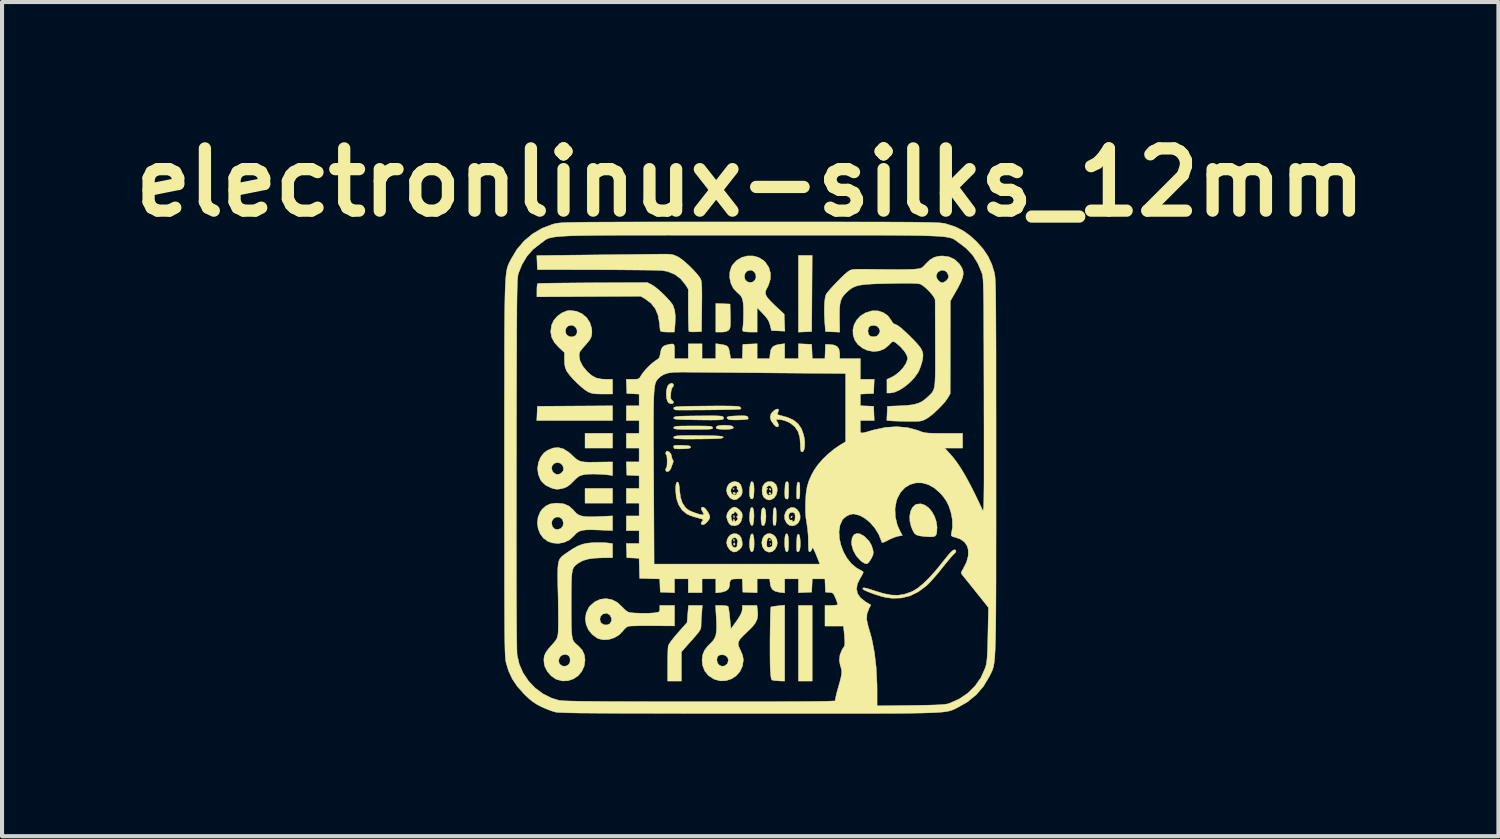
<source format=kicad_pcb>
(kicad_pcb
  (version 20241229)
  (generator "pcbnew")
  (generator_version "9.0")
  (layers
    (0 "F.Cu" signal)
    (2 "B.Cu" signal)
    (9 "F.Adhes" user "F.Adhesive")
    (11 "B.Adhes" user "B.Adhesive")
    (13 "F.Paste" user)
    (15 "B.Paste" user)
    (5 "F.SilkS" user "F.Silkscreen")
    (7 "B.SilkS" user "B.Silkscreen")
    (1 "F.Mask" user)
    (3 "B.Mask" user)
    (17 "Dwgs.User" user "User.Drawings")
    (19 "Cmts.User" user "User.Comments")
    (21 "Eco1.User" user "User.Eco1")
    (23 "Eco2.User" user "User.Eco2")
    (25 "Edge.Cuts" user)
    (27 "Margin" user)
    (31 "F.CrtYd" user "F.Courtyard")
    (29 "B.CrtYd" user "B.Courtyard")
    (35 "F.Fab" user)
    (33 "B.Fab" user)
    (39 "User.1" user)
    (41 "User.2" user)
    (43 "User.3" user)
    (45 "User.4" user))
  (footprint "electronlinux-silks_12mm"
    (layer "F.Cu")
    (at 15.32 8.403)
    (property "Reference" "electronlinux-silks_12mm" (at 0 -6.985 0) (layer "F.SilkS") (effects (font (size 1.524 1.524) (thickness 0.3))))
    (attr through_hole)
    (fp_poly (pts (xy -3.371 -0.482) (xy -4.045 -0.482) (xy -4.045 -0.843) (xy -3.371 -0.843) (xy -3.371 -0.482)) (stroke (width 0.01) (type solid)) (fill yes) (layer "F.SilkS"))
    (fp_poly (pts (xy -3.371 0.867) (xy -4.045 0.867) (xy -4.045 0.506) (xy -3.371 0.506) (xy -3.371 0.867)) (stroke (width 0.01) (type solid)) (fill yes) (layer "F.SilkS"))
    (fp_poly (pts (xy 0.506 1.866) (xy 0.494 1.878) (xy 0.482 1.866) (xy 0.494 1.854) (xy 0.506 1.866)) (stroke (width 0.01) (type solid)) (fill yes) (layer "F.SilkS"))
    (fp_poly (pts (xy 1.505 -3.335) (xy 1.18 -3.32) (xy 1.18 -5.2) (xy 1.517 -5.2) (xy 1.505 -3.335)) (stroke (width 0.01) (type solid)) (fill yes) (layer "F.SilkS"))
    (fp_poly (pts (xy 1.517 5.224) (xy 1.18 5.224) (xy 1.18 3.371) (xy 1.517 3.371) (xy 1.517 5.224)) (stroke (width 0.01) (type solid)) (fill yes) (layer "F.SilkS"))
    (fp_poly (pts (xy -3.371 -1.156) (xy -5.227 -1.156) (xy -5.219 -1.33) (xy -5.212 -1.505) (xy -4.292 -1.511) (xy -3.371 -1.517) (xy -3.371 -1.156)) (stroke (width 0.01) (type solid)) (fill yes) (layer "F.SilkS"))
    (fp_poly (pts (xy -0.393 0.514) (xy -0.397 0.528) (xy -0.409 0.53) (xy -0.429 0.521) (xy -0.425 0.514) (xy -0.397 0.511) (xy -0.393 0.514)) (stroke (width 0.01) (type solid)) (fill yes) (layer "F.SilkS"))
    (fp_poly (pts (xy -0.393 1.175) (xy -0.39 1.213) (xy -0.395 1.221) (xy -0.406 1.214) (xy -0.407 1.19) (xy -0.402 1.164) (xy -0.393 1.175)) (stroke (width 0.01) (type solid)) (fill yes) (layer "F.SilkS"))
    (fp_poly (pts (xy -0.393 1.753) (xy -0.39 1.791) (xy -0.395 1.799) (xy -0.406 1.792) (xy -0.407 1.768) (xy -0.402 1.742) (xy -0.393 1.753)) (stroke (width 0.01) (type solid)) (fill yes) (layer "F.SilkS"))
    (fp_poly (pts (xy 0.498 1.766) (xy 0.494 1.78) (xy 0.482 1.782) (xy 0.462 1.773) (xy 0.465 1.766) (xy 0.494 1.763) (xy 0.498 1.766)) (stroke (width 0.01) (type solid)) (fill yes) (layer "F.SilkS"))
    (fp_poly (pts (xy -0.385 1.842) (xy -0.371 1.871) (xy -0.374 1.88) (xy -0.397 1.901) (xy -0.409 1.877) (xy -0.409 1.864) (xy -0.397 1.84) (xy -0.385 1.842)) (stroke (width 0.01) (type solid)) (fill yes) (layer "F.SilkS"))
    (fp_poly (pts (xy -0.366 0.614) (xy -0.361 0.626) (xy -0.378 0.649) (xy -0.384 0.65) (xy -0.416 0.633) (xy -0.421 0.626) (xy -0.416 0.605) (xy -0.399 0.602) (xy -0.366 0.614)) (stroke (width 0.01) (type solid)) (fill yes) (layer "F.SilkS"))
    (fp_poly (pts (xy 0.505 0.523) (xy 0.506 0.53) (xy 0.497 0.553) (xy 0.495 0.554) (xy 0.474 0.537) (xy 0.469 0.53) (xy 0.471 0.507) (xy 0.48 0.506) (xy 0.505 0.523)) (stroke (width 0.01) (type solid)) (fill yes) (layer "F.SilkS"))
    (fp_poly (pts (xy 0.505 0.62) (xy 0.506 0.626) (xy 0.487 0.649) (xy 0.482 0.65) (xy 0.458 0.632) (xy 0.457 0.626) (xy 0.476 0.603) (xy 0.482 0.602) (xy 0.505 0.62)) (stroke (width 0.01) (type solid)) (fill yes) (layer "F.SilkS"))
    (fp_poly (pts (xy 1.028 1.195) (xy 1.023 1.204) (xy 1.001 1.227) (xy 0.996 1.228) (xy 0.995 1.212) (xy 0.999 1.204) (xy 1.022 1.181) (xy 1.026 1.18) (xy 1.028 1.195)) (stroke (width 0.01) (type solid)) (fill yes) (layer "F.SilkS"))
    (fp_poly (pts (xy -0.668 -4.016) (xy -0.494 -4.009) (xy -0.487 -3.714) (xy -0.485 -3.589) (xy -0.486 -3.503) (xy -0.491 -3.446) (xy -0.501 -3.409) (xy -0.519 -3.382) (xy -0.529 -3.371) (xy -0.575 -3.34) (xy -0.642 -3.325) (xy -0.71 -3.322) (xy -0.843 -3.322) (xy -0.843 -4.023) (xy -0.668 -4.016)) (stroke (width 0.01) (type solid)) (fill yes) (layer "F.SilkS"))
    (fp_poly (pts (xy -0.509 -1.035) (xy -0.438 -1.018) (xy -0.413 -0.99) (xy -0.42 -0.965) (xy -0.451 -0.952) (xy -0.516 -0.943) (xy -0.6 -0.939) (xy -0.687 -0.94) (xy -0.765 -0.946) (xy -0.818 -0.957) (xy -0.832 -0.965) (xy -0.835 -1.002) (xy -0.792 -1.027) (xy -0.702 -1.039) (xy -0.625 -1.041) (xy -0.509 -1.035)) (stroke (width 0.01) (type solid)) (fill yes) (layer "F.SilkS"))
    (fp_poly (pts (xy 0.073 1.004) (xy 0.088 1.075) (xy 0.092 1.178) (xy 0.091 1.218) (xy 0.082 1.326) (xy 0.067 1.394) (xy 0.045 1.419) (xy 0.019 1.399) (xy -0.002 1.356) (xy -0.013 1.298) (xy -0.017 1.217) (xy -0.013 1.128) (xy -0.002 1.048) (xy 0.013 0.992) (xy 0.02 0.981) (xy 0.05 0.971) (xy 0.073 1.004)) (stroke (width 0.01) (type solid)) (fill yes) (layer "F.SilkS"))
    (fp_poly (pts (xy 0.077 1.652) (xy 0.091 1.73) (xy 0.096 1.845) (xy 0.092 1.951) (xy 0.08 2.016) (xy 0.061 2.046) (xy 0.033 2.06) (xy 0.011 2.037) (xy -0.002 2.007) (xy -0.014 1.946) (xy -0.017 1.861) (xy -0.012 1.771) (xy 0.001 1.69) (xy 0.019 1.635) (xy 0.025 1.626) (xy 0.055 1.617) (xy 0.077 1.652)) (stroke (width 0.01) (type solid)) (fill yes) (layer "F.SilkS"))
    (fp_poly (pts (xy 0.362 1.014) (xy 0.379 1.088) (xy 0.385 1.192) (xy 0.379 1.287) (xy 0.362 1.361) (xy 0.339 1.409) (xy 0.313 1.423) (xy 0.287 1.398) (xy 0.279 1.382) (xy 0.268 1.324) (xy 0.263 1.242) (xy 0.266 1.152) (xy 0.274 1.069) (xy 0.288 1.009) (xy 0.299 0.989) (xy 0.335 0.979) (xy 0.362 1.014)) (stroke (width 0.01) (type solid)) (fill yes) (layer "F.SilkS"))
    (fp_poly (pts (xy 0.916 1.632) (xy 0.931 1.695) (xy 0.938 1.798) (xy 0.939 1.842) (xy 0.936 1.957) (xy 0.927 2.027) (xy 0.91 2.058) (xy 0.884 2.052) (xy 0.871 2.041) (xy 0.857 2.003) (xy 0.847 1.933) (xy 0.844 1.846) (xy 0.845 1.758) (xy 0.852 1.684) (xy 0.864 1.64) (xy 0.893 1.613) (xy 0.916 1.632)) (stroke (width 0.01) (type solid)) (fill yes) (layer "F.SilkS"))
    (fp_poly (pts (xy 0.069 0.356) (xy 0.088 0.415) (xy 0.094 0.517) (xy 0.092 0.602) (xy 0.085 0.691) (xy 0.072 0.742) (xy 0.052 0.763) (xy 0.044 0.766) (xy 0.01 0.753) (xy -0.012 0.698) (xy -0.012 0.698) (xy -0.02 0.626) (xy -0.018 0.542) (xy -0.009 0.458) (xy 0.007 0.387) (xy 0.026 0.344) (xy 0.038 0.337) (xy 0.069 0.356)) (stroke (width 0.01) (type solid)) (fill yes) (layer "F.SilkS"))
    (fp_poly (pts (xy -1.667 -0.549) (xy -1.562 -0.544) (xy -1.498 -0.536) (xy -1.465 -0.523) (xy -1.457 -0.506) (xy -1.467 -0.487) (xy -1.502 -0.474) (xy -1.572 -0.466) (xy -1.65 -0.463) (xy -1.743 -0.461) (xy -1.816 -0.464) (xy -1.857 -0.47) (xy -1.861 -0.473) (xy -1.877 -0.51) (xy -1.878 -0.523) (xy -1.868 -0.539) (xy -1.832 -0.548) (xy -1.763 -0.551) (xy -1.667 -0.549)) (stroke (width 0.01) (type solid)) (fill yes) (layer "F.SilkS"))
    (fp_poly (pts (xy 1.198 0.358) (xy 1.209 0.39) (xy 1.214 0.453) (xy 1.216 0.553) (xy 1.215 0.654) (xy 1.21 0.717) (xy 1.199 0.75) (xy 1.18 0.764) (xy 1.173 0.766) (xy 1.152 0.766) (xy 1.14 0.75) (xy 1.135 0.709) (xy 1.135 0.635) (xy 1.137 0.562) (xy 1.142 0.456) (xy 1.15 0.391) (xy 1.162 0.358) (xy 1.18 0.349) (xy 1.198 0.358)) (stroke (width 0.01) (type solid)) (fill yes) (layer "F.SilkS"))
    (fp_poly (pts (xy 1.2 1.647) (xy 1.215 1.703) (xy 1.224 1.781) (xy 1.227 1.868) (xy 1.222 1.95) (xy 1.21 2.014) (xy 1.193 2.045) (xy 1.161 2.063) (xy 1.143 2.042) (xy 1.143 2.041) (xy 1.137 2.001) (xy 1.135 1.928) (xy 1.136 1.835) (xy 1.137 1.816) (xy 1.142 1.717) (xy 1.151 1.657) (xy 1.166 1.63) (xy 1.18 1.625) (xy 1.2 1.647)) (stroke (width 0.01) (type solid)) (fill yes) (layer "F.SilkS"))
    (fp_poly (pts (xy 0.62 0.984) (xy 0.631 1.015) (xy 0.636 1.076) (xy 0.638 1.177) (xy 0.638 1.19) (xy 0.635 1.306) (xy 0.627 1.379) (xy 0.612 1.412) (xy 0.608 1.414) (xy 0.574 1.405) (xy 0.565 1.39) (xy 0.559 1.351) (xy 0.557 1.278) (xy 0.558 1.186) (xy 0.559 1.166) (xy 0.564 1.066) (xy 0.573 1.007) (xy 0.588 0.98) (xy 0.602 0.975) (xy 0.62 0.984)) (stroke (width 0.01) (type solid)) (fill yes) (layer "F.SilkS"))
    (fp_poly (pts (xy -0.128 -1.271) (xy -0.084 -1.263) (xy -0.062 -1.25) (xy -0.057 -1.24) (xy -0.049 -1.203) (xy -0.051 -1.194) (xy -0.084 -1.185) (xy -0.151 -1.178) (xy -0.24 -1.173) (xy -0.335 -1.171) (xy -0.424 -1.171) (xy -0.493 -1.175) (xy -0.526 -1.181) (xy -0.564 -1.208) (xy -0.572 -1.234) (xy -0.546 -1.25) (xy -0.48 -1.262) (xy -0.37 -1.269) (xy -0.317 -1.271) (xy -0.203 -1.273) (xy -0.128 -1.271)) (stroke (width 0.01) (type solid)) (fill yes) (layer "F.SilkS"))
    (fp_poly (pts (xy 0.917 0.343) (xy 0.929 0.36) (xy 0.936 0.404) (xy 0.939 0.481) (xy 0.939 0.552) (xy 0.938 0.658) (xy 0.933 0.724) (xy 0.923 0.759) (xy 0.906 0.77) (xy 0.902 0.77) (xy 0.862 0.752) (xy 0.853 0.738) (xy 0.848 0.699) (xy 0.846 0.627) (xy 0.847 0.537) (xy 0.848 0.528) (xy 0.853 0.433) (xy 0.863 0.377) (xy 0.878 0.35) (xy 0.897 0.342) (xy 0.917 0.343)) (stroke (width 0.01) (type solid)) (fill yes) (layer "F.SilkS"))
    (fp_poly (pts (xy 2.684 1.618) (xy 2.778 1.668) (xy 2.818 1.702) (xy 2.911 1.799) (xy 2.97 1.901) (xy 3.005 2.014) (xy 3.014 2.077) (xy 3.005 2.134) (xy 2.973 2.205) (xy 2.961 2.227) (xy 2.914 2.301) (xy 2.87 2.346) (xy 2.85 2.354) (xy 2.806 2.343) (xy 2.742 2.305) (xy 2.699 2.271) (xy 2.597 2.159) (xy 2.523 2.025) (xy 2.484 1.885) (xy 2.48 1.826) (xy 2.495 1.716) (xy 2.537 1.643) (xy 2.602 1.61) (xy 2.684 1.618)) (stroke (width 0.01) (type solid)) (fill yes) (layer "F.SilkS"))
    (fp_poly (pts (xy -1.881 -2.044) (xy -1.878 -2.024) (xy -1.89 -1.982) (xy -1.906 -1.969) (xy -1.922 -1.942) (xy -1.937 -1.881) (xy -1.945 -1.819) (xy -1.949 -1.735) (xy -1.943 -1.686) (xy -1.923 -1.661) (xy -1.917 -1.657) (xy -1.884 -1.621) (xy -1.878 -1.6) (xy -1.897 -1.572) (xy -1.941 -1.567) (xy -1.994 -1.586) (xy -2.029 -1.633) (xy -2.05 -1.711) (xy -2.057 -1.806) (xy -2.05 -1.902) (xy -2.029 -1.984) (xy -2.003 -2.028) (xy -1.956 -2.063) (xy -1.91 -2.068) (xy -1.881 -2.044)) (stroke (width 0.01) (type solid)) (fill yes) (layer "F.SilkS"))
    (fp_poly (pts (xy 4.274 0.914) (xy 4.366 0.98) (xy 4.447 1.074) (xy 4.512 1.19) (xy 4.556 1.321) (xy 4.575 1.46) (xy 4.565 1.596) (xy 4.551 1.643) (xy 4.524 1.674) (xy 4.477 1.689) (xy 4.401 1.692) (xy 4.288 1.685) (xy 4.24 1.68) (xy 4.135 1.666) (xy 4.065 1.642) (xy 4.016 1.599) (xy 3.976 1.526) (xy 3.943 1.446) (xy 3.91 1.314) (xy 3.905 1.184) (xy 3.927 1.067) (xy 3.973 0.972) (xy 4.042 0.908) (xy 4.075 0.893) (xy 4.176 0.883) (xy 4.274 0.914)) (stroke (width 0.01) (type solid)) (fill yes) (layer "F.SilkS"))
    (fp_poly (pts (xy -1.984 -0.388) (xy -1.942 -0.338) (xy -1.926 -0.28) (xy -1.914 -0.224) (xy -1.898 -0.198) (xy -1.882 -0.158) (xy -1.894 -0.115) (xy -1.92 -0.05) (xy -1.941 0.012) (xy -1.97 0.063) (xy -2.009 0.092) (xy -2.047 0.095) (xy -2.069 0.067) (xy -2.071 0.05) (xy -2.063 0.01) (xy -2.052 0) (xy -2.043 -0.022) (xy -2.037 -0.079) (xy -2.034 -0.156) (xy -2.037 -0.236) (xy -2.044 -0.293) (xy -2.052 -0.313) (xy -2.067 -0.333) (xy -2.071 -0.361) (xy -2.056 -0.4) (xy -2.036 -0.409) (xy -1.984 -0.388)) (stroke (width 0.01) (type solid)) (fill yes) (layer "F.SilkS"))
    (fp_poly (pts (xy 0.843 5.224) (xy 0.74 5.221) (xy 0.658 5.216) (xy 0.586 5.209) (xy 0.574 5.207) (xy 0.544 5.201) (xy 0.524 5.186) (xy 0.512 5.153) (xy 0.503 5.092) (xy 0.495 4.995) (xy 0.493 4.971) (xy 0.489 4.895) (xy 0.486 4.786) (xy 0.485 4.65) (xy 0.484 4.496) (xy 0.484 4.33) (xy 0.485 4.16) (xy 0.487 3.991) (xy 0.489 3.831) (xy 0.492 3.687) (xy 0.495 3.566) (xy 0.499 3.475) (xy 0.504 3.421) (xy 0.507 3.41) (xy 0.535 3.401) (xy 0.598 3.391) (xy 0.681 3.381) (xy 0.843 3.364) (xy 0.843 5.224)) (stroke (width 0.01) (type solid)) (fill yes) (layer "F.SilkS"))
    (fp_poly (pts (xy -1.188 3.569) (xy -1.196 3.677) (xy -1.201 3.78) (xy -1.204 3.858) (xy -1.204 3.867) (xy -1.206 3.908) (xy -1.216 3.947) (xy -1.239 3.99) (xy -1.28 4.046) (xy -1.342 4.121) (xy -1.432 4.224) (xy -1.445 4.237) (xy -1.685 4.509) (xy -1.685 5.224) (xy -2.022 5.224) (xy -2.022 4.83) (xy -2.022 4.692) (xy -2.019 4.565) (xy -2.016 4.461) (xy -2.011 4.388) (xy -2.008 4.364) (xy -1.985 4.314) (xy -1.932 4.236) (xy -1.853 4.137) (xy -1.77 4.041) (xy -1.547 3.789) (xy -1.53 3.58) (xy -1.512 3.371) (xy -1.173 3.371) (xy -1.188 3.569)) (stroke (width 0.01) (type solid)) (fill yes) (layer "F.SilkS"))
    (fp_poly (pts (xy -1.395 -0.79) (xy -1.25 -0.789) (xy -1.064 -0.787) (xy -0.921 -0.784) (xy -0.816 -0.78) (xy -0.742 -0.775) (xy -0.696 -0.769) (xy -0.671 -0.76) (xy -0.662 -0.749) (xy -0.662 -0.746) (xy -0.668 -0.735) (xy -0.688 -0.726) (xy -0.729 -0.719) (xy -0.796 -0.714) (xy -0.893 -0.71) (xy -1.026 -0.707) (xy -1.201 -0.704) (xy -1.256 -0.704) (xy -1.465 -0.702) (xy -1.628 -0.703) (xy -1.747 -0.707) (xy -1.824 -0.712) (xy -1.863 -0.721) (xy -1.867 -0.724) (xy -1.875 -0.745) (xy -1.865 -0.762) (xy -1.833 -0.774) (xy -1.775 -0.783) (xy -1.686 -0.788) (xy -1.561 -0.79) (xy -1.395 -0.79)) (stroke (width 0.01) (type solid)) (fill yes) (layer "F.SilkS"))
    (fp_poly (pts (xy -1.234 -1.023) (xy -1.114 -1.022) (xy -1.029 -1.019) (xy -0.974 -1.014) (xy -0.941 -1.006) (xy -0.925 -0.995) (xy -0.919 -0.981) (xy -0.92 -0.967) (xy -0.931 -0.956) (xy -0.96 -0.949) (xy -1.011 -0.944) (xy -1.092 -0.941) (xy -1.207 -0.939) (xy -1.364 -0.939) (xy -1.396 -0.939) (xy -1.561 -0.939) (xy -1.683 -0.94) (xy -1.77 -0.943) (xy -1.826 -0.948) (xy -1.858 -0.955) (xy -1.872 -0.965) (xy -1.874 -0.978) (xy -1.873 -0.981) (xy -1.867 -0.996) (xy -1.85 -1.006) (xy -1.816 -1.014) (xy -1.758 -1.019) (xy -1.671 -1.022) (xy -1.548 -1.023) (xy -1.396 -1.023) (xy -1.234 -1.023)) (stroke (width 0.01) (type solid)) (fill yes) (layer "F.SilkS"))
    (fp_poly (pts (xy 0.557 1.637) (xy 0.615 1.69) (xy 0.653 1.764) (xy 0.662 1.852) (xy 0.65 1.914) (xy 0.602 2.003) (xy 0.535 2.055) (xy 0.458 2.068) (xy 0.379 2.038) (xy 0.348 2.011) (xy 0.298 1.93) (xy 0.282 1.833) (xy 0.405 1.833) (xy 0.405 1.904) (xy 0.414 1.939) (xy 0.437 1.949) (xy 0.475 1.946) (xy 0.519 1.935) (xy 0.537 1.908) (xy 0.542 1.848) (xy 0.542 1.844) (xy 0.529 1.762) (xy 0.5 1.725) (xy 0.453 1.713) (xy 0.42 1.745) (xy 0.405 1.817) (xy 0.405 1.833) (xy 0.282 1.833) (xy 0.282 1.832) (xy 0.301 1.735) (xy 0.343 1.667) (xy 0.413 1.619) (xy 0.487 1.611) (xy 0.557 1.637)) (stroke (width 0.01) (type solid)) (fill yes) (layer "F.SilkS"))
    (fp_poly (pts (xy -0.831 -1.271) (xy -0.755 -1.268) (xy -0.705 -1.263) (xy -0.676 -1.255) (xy -0.662 -1.245) (xy -0.659 -1.239) (xy -0.652 -1.217) (xy -0.654 -1.2) (xy -0.669 -1.187) (xy -0.703 -1.178) (xy -0.76 -1.172) (xy -0.845 -1.169) (xy -0.963 -1.168) (xy -1.118 -1.169) (xy -1.316 -1.172) (xy -1.356 -1.173) (xy -1.528 -1.176) (xy -1.658 -1.179) (xy -1.751 -1.182) (xy -1.814 -1.188) (xy -1.851 -1.195) (xy -1.869 -1.204) (xy -1.874 -1.216) (xy -1.873 -1.222) (xy -1.867 -1.235) (xy -1.851 -1.245) (xy -1.819 -1.253) (xy -1.766 -1.259) (xy -1.686 -1.263) (xy -1.573 -1.266) (xy -1.422 -1.269) (xy -1.269 -1.27) (xy -1.082 -1.272) (xy -0.938 -1.273) (xy -0.831 -1.271)) (stroke (width 0.01) (type solid)) (fill yes) (layer "F.SilkS"))
    (fp_poly (pts (xy -0.531 -1.512) (xy -0.426 -1.51) (xy -0.349 -1.507) (xy -0.297 -1.502) (xy -0.264 -1.495) (xy -0.246 -1.486) (xy -0.241 -1.481) (xy -0.224 -1.45) (xy -0.244 -1.434) (xy -0.275 -1.431) (xy -0.348 -1.428) (xy -0.454 -1.425) (xy -0.587 -1.422) (xy -0.74 -1.419) (xy -0.906 -1.417) (xy -1.078 -1.415) (xy -1.248 -1.414) (xy -1.409 -1.413) (xy -1.555 -1.412) (xy -1.678 -1.412) (xy -1.771 -1.413) (xy -1.827 -1.415) (xy -1.839 -1.416) (xy -1.871 -1.442) (xy -1.873 -1.465) (xy -1.867 -1.476) (xy -1.852 -1.485) (xy -1.821 -1.492) (xy -1.771 -1.497) (xy -1.697 -1.501) (xy -1.593 -1.505) (xy -1.456 -1.507) (xy -1.28 -1.509) (xy -1.068 -1.511) (xy -0.847 -1.513) (xy -0.67 -1.513) (xy -0.531 -1.512)) (stroke (width 0.01) (type solid)) (fill yes) (layer "F.SilkS"))
    (fp_poly (pts (xy -0.327 1.62) (xy -0.265 1.656) (xy -0.22 1.72) (xy -0.199 1.812) (xy -0.195 1.885) (xy -0.208 1.935) (xy -0.246 1.983) (xy -0.26 1.997) (xy -0.335 2.054) (xy -0.404 2.065) (xy -0.474 2.03) (xy -0.507 2) (xy -0.56 1.922) (xy -0.577 1.841) (xy -0.467 1.841) (xy -0.447 1.905) (xy -0.414 1.944) (xy -0.371 1.956) (xy -0.333 1.939) (xy -0.319 1.902) (xy -0.322 1.889) (xy -0.32 1.848) (xy -0.314 1.839) (xy -0.304 1.799) (xy -0.323 1.751) (xy -0.359 1.716) (xy -0.384 1.709) (xy -0.434 1.729) (xy -0.462 1.778) (xy -0.467 1.841) (xy -0.577 1.841) (xy -0.578 1.839) (xy -0.565 1.759) (xy -0.529 1.689) (xy -0.473 1.637) (xy -0.404 1.612) (xy -0.327 1.62)) (stroke (width 0.01) (type solid)) (fill yes) (layer "F.SilkS"))
    (fp_poly (pts (xy 1.075 0.976) (xy 1.142 1.017) (xy 1.194 1.085) (xy 1.222 1.169) (xy 1.219 1.26) (xy 1.218 1.263) (xy 1.178 1.346) (xy 1.113 1.4) (xy 1.036 1.422) (xy 0.959 1.409) (xy 0.893 1.357) (xy 0.847 1.267) (xy 0.839 1.172) (xy 0.845 1.154) (xy 0.944 1.154) (xy 0.947 1.233) (xy 0.949 1.241) (xy 0.97 1.282) (xy 1.003 1.283) (xy 1.03 1.28) (xy 1.026 1.296) (xy 1.027 1.32) (xy 1.044 1.324) (xy 1.08 1.304) (xy 1.092 1.282) (xy 1.099 1.227) (xy 1.099 1.168) (xy 1.089 1.116) (xy 1.055 1.095) (xy 1.03 1.091) (xy 0.972 1.105) (xy 0.944 1.154) (xy 0.845 1.154) (xy 0.866 1.083) (xy 0.922 1.012) (xy 1.001 0.973) (xy 1.075 0.976)) (stroke (width 0.01) (type solid)) (fill yes) (layer "F.SilkS"))
    (fp_poly (pts (xy 0.577 0.361) (xy 0.632 0.415) (xy 0.659 0.493) (xy 0.659 0.582) (xy 0.635 0.668) (xy 0.585 0.736) (xy 0.553 0.759) (xy 0.495 0.786) (xy 0.454 0.79) (xy 0.403 0.774) (xy 0.393 0.77) (xy 0.332 0.724) (xy 0.298 0.645) (xy 0.289 0.547) (xy 0.299 0.495) (xy 0.391 0.495) (xy 0.401 0.505) (xy 0.41 0.506) (xy 0.432 0.511) (xy 0.414 0.526) (xy 0.394 0.562) (xy 0.399 0.613) (xy 0.422 0.657) (xy 0.454 0.674) (xy 0.509 0.661) (xy 0.525 0.653) (xy 0.547 0.615) (xy 0.549 0.554) (xy 0.533 0.492) (xy 0.502 0.45) (xy 0.5 0.448) (xy 0.458 0.437) (xy 0.417 0.464) (xy 0.391 0.495) (xy 0.299 0.495) (xy 0.308 0.449) (xy 0.359 0.378) (xy 0.433 0.339) (xy 0.521 0.339) (xy 0.577 0.361)) (stroke (width 0.01) (type solid)) (fill yes) (layer "F.SilkS"))
    (fp_poly (pts (xy -2.408 -4.479) (xy -2.337 -4.433) (xy -2.248 -4.361) (xy -2.151 -4.272) (xy -2.056 -4.178) (xy -1.973 -4.087) (xy -1.912 -4.01) (xy -1.893 -3.979) (xy -1.85 -3.856) (xy -1.833 -3.7) (xy -1.841 -3.506) (xy -1.841 -3.505) (xy -1.858 -3.322) (xy -2.025 -3.322) (xy -2.13 -3.327) (xy -2.188 -3.34) (xy -2.202 -3.353) (xy -2.208 -3.391) (xy -2.216 -3.461) (xy -2.224 -3.546) (xy -2.258 -3.737) (xy -2.326 -3.897) (xy -2.431 -4.029) (xy -2.574 -4.136) (xy -2.681 -4.199) (xy -5.224 -4.185) (xy -5.224 -4.342) (xy -5.222 -4.424) (xy -5.215 -4.485) (xy -5.206 -4.511) (xy -5.179 -4.513) (xy -5.108 -4.515) (xy -4.998 -4.518) (xy -4.854 -4.52) (xy -4.678 -4.522) (xy -4.477 -4.524) (xy -4.253 -4.526) (xy -4.013 -4.528) (xy -3.852 -4.529) (xy -2.516 -4.535) (xy -2.408 -4.479)) (stroke (width 0.01) (type solid)) (fill yes) (layer "F.SilkS"))
    (fp_poly (pts (xy -0.293 0.356) (xy -0.234 0.414) (xy -0.202 0.512) (xy -0.199 0.536) (xy -0.197 0.613) (xy -0.215 0.667) (xy -0.244 0.705) (xy -0.322 0.769) (xy -0.397 0.786) (xy -0.472 0.755) (xy -0.505 0.727) (xy -0.561 0.644) (xy -0.58 0.554) (xy -0.575 0.526) (xy -0.475 0.526) (xy -0.474 0.588) (xy -0.456 0.629) (xy -0.423 0.659) (xy -0.379 0.669) (xy -0.343 0.661) (xy -0.331 0.632) (xy -0.331 0.631) (xy -0.322 0.604) (xy -0.313 0.602) (xy -0.292 0.582) (xy -0.289 0.566) (xy -0.302 0.534) (xy -0.312 0.53) (xy -0.326 0.512) (xy -0.322 0.494) (xy -0.324 0.458) (xy -0.356 0.442) (xy -0.403 0.45) (xy -0.434 0.47) (xy -0.475 0.526) (xy -0.575 0.526) (xy -0.566 0.469) (xy -0.521 0.397) (xy -0.451 0.35) (xy -0.378 0.337) (xy -0.293 0.356)) (stroke (width 0.01) (type solid)) (fill yes) (layer "F.SilkS"))
    (fp_poly (pts (xy 0.692 -1.428) (xy 0.687 -1.381) (xy 0.679 -1.361) (xy 0.664 -1.317) (xy 0.682 -1.296) (xy 0.717 -1.287) (xy 0.908 -1.235) (xy 1.058 -1.167) (xy 1.17 -1.076) (xy 1.251 -0.96) (xy 1.305 -0.813) (xy 1.323 -0.732) (xy 1.335 -0.628) (xy 1.333 -0.533) (xy 1.321 -0.456) (xy 1.299 -0.404) (xy 1.27 -0.387) (xy 1.244 -0.401) (xy 1.236 -0.432) (xy 1.23 -0.496) (xy 1.228 -0.564) (xy 1.214 -0.743) (xy 1.171 -0.886) (xy 1.095 -1) (xy 0.986 -1.089) (xy 0.941 -1.114) (xy 0.848 -1.152) (xy 0.76 -1.176) (xy 0.719 -1.18) (xy 0.628 -1.18) (xy 0.669 -1.109) (xy 0.694 -1.053) (xy 0.689 -1.018) (xy 0.681 -1.009) (xy 0.655 -0.998) (xy 0.618 -1.019) (xy 0.579 -1.058) (xy 0.51 -1.155) (xy 0.488 -1.246) (xy 0.512 -1.328) (xy 0.583 -1.4) (xy 0.607 -1.416) (xy 0.665 -1.44) (xy 0.692 -1.428)) (stroke (width 0.01) (type solid)) (fill yes) (layer "F.SilkS"))
    (fp_poly (pts (xy 5.024 2.013) (xy 5.035 2.026) (xy 5.036 2.064) (xy 5.007 2.092) (xy 4.976 2.122) (xy 4.922 2.182) (xy 4.85 2.267) (xy 4.767 2.368) (xy 4.706 2.445) (xy 4.611 2.563) (xy 4.514 2.677) (xy 4.424 2.778) (xy 4.35 2.856) (xy 4.319 2.885) (xy 4.122 3.033) (xy 3.917 3.135) (xy 3.703 3.189) (xy 3.478 3.196) (xy 3.322 3.176) (xy 3.234 3.155) (xy 3.13 3.124) (xy 3.023 3.089) (xy 2.921 3.051) (xy 2.836 3.016) (xy 2.778 2.987) (xy 2.759 2.97) (xy 2.757 2.948) (xy 2.778 2.94) (xy 2.826 2.946) (xy 2.907 2.968) (xy 3.026 3.007) (xy 3.066 3.02) (xy 3.275 3.083) (xy 3.456 3.117) (xy 3.619 3.122) (xy 3.772 3.098) (xy 3.927 3.045) (xy 3.992 3.016) (xy 4.101 2.949) (xy 4.227 2.846) (xy 4.368 2.71) (xy 4.517 2.547) (xy 4.67 2.362) (xy 4.714 2.306) (xy 4.815 2.178) (xy 4.893 2.088) (xy 4.951 2.032) (xy 4.994 2.008) (xy 5.024 2.013)) (stroke (width 0.01) (type solid)) (fill yes) (layer "F.SilkS"))
    (fp_poly (pts (xy -0.336 0.979) (xy -0.277 1.02) (xy -0.26 1.036) (xy -0.215 1.088) (xy -0.196 1.135) (xy -0.197 1.2) (xy -0.199 1.222) (xy -0.229 1.323) (xy -0.288 1.391) (xy -0.368 1.421) (xy -0.464 1.409) (xy -0.476 1.404) (xy -0.516 1.368) (xy -0.551 1.301) (xy -0.574 1.224) (xy -0.577 1.187) (xy -0.471 1.187) (xy -0.461 1.252) (xy -0.447 1.288) (xy -0.423 1.336) (xy -0.413 1.288) (xy -0.404 1.254) (xy -0.393 1.267) (xy -0.387 1.285) (xy -0.372 1.316) (xy -0.351 1.31) (xy -0.328 1.288) (xy -0.301 1.252) (xy -0.311 1.229) (xy -0.317 1.224) (xy -0.337 1.203) (xy -0.316 1.182) (xy -0.298 1.161) (xy -0.313 1.129) (xy -0.334 1.105) (xy -0.37 1.072) (xy -0.384 1.076) (xy -0.385 1.088) (xy -0.405 1.119) (xy -0.427 1.123) (xy -0.459 1.14) (xy -0.471 1.187) (xy -0.577 1.187) (xy -0.578 1.179) (xy -0.559 1.108) (xy -0.513 1.039) (xy -0.451 0.985) (xy -0.388 0.963) (xy -0.385 0.963) (xy -0.336 0.979)) (stroke (width 0.01) (type solid)) (fill yes) (layer "F.SilkS"))
    (fp_poly (pts (xy -1.763 0.36) (xy -1.748 0.398) (xy -1.737 0.47) (xy -1.73 0.556) (xy -1.706 0.727) (xy -1.663 0.86) (xy -1.597 0.962) (xy -1.535 1.02) (xy -1.48 1.053) (xy -1.403 1.087) (xy -1.317 1.117) (xy -1.237 1.141) (xy -1.173 1.153) (xy -1.141 1.149) (xy -1.143 1.121) (xy -1.165 1.08) (xy -1.199 1.015) (xy -1.195 0.976) (xy -1.157 0.963) (xy -1.119 0.983) (xy -1.073 1.033) (xy -1.029 1.098) (xy -0.997 1.164) (xy -0.987 1.21) (xy -1.004 1.26) (xy -1.047 1.318) (xy -1.099 1.368) (xy -1.148 1.395) (xy -1.158 1.396) (xy -1.196 1.382) (xy -1.204 1.363) (xy -1.187 1.322) (xy -1.165 1.298) (xy -1.151 1.28) (xy -1.162 1.265) (xy -1.205 1.248) (xy -1.288 1.226) (xy -1.3 1.223) (xy -1.4 1.194) (xy -1.493 1.16) (xy -1.558 1.129) (xy -1.673 1.03) (xy -1.758 0.897) (xy -1.81 0.735) (xy -1.827 0.549) (xy -1.826 0.494) (xy -1.818 0.408) (xy -1.804 0.363) (xy -1.782 0.349) (xy -1.782 0.349) (xy -1.763 0.36)) (stroke (width 0.01) (type solid)) (fill yes) (layer "F.SilkS"))
    (fp_poly (pts (xy -4.565 0.884) (xy -4.438 0.939) (xy -4.329 1.035) (xy -4.311 1.058) (xy -4.26 1.114) (xy -4.203 1.154) (xy -4.133 1.181) (xy -4.041 1.196) (xy -3.92 1.2) (xy -3.762 1.197) (xy -3.702 1.194) (xy -3.371 1.179) (xy -3.371 1.538) (xy -3.715 1.524) (xy -3.884 1.519) (xy -4.013 1.521) (xy -4.11 1.532) (xy -4.184 1.555) (xy -4.242 1.59) (xy -4.294 1.639) (xy -4.314 1.663) (xy -4.425 1.765) (xy -4.559 1.829) (xy -4.705 1.855) (xy -4.854 1.839) (xy -4.956 1.802) (xy -5.065 1.723) (xy -5.145 1.614) (xy -5.195 1.485) (xy -5.211 1.356) (xy -4.863 1.356) (xy -4.845 1.441) (xy -4.795 1.496) (xy -4.726 1.514) (xy -4.646 1.491) (xy -4.628 1.479) (xy -4.586 1.424) (xy -4.575 1.349) (xy -4.595 1.276) (xy -4.614 1.248) (xy -4.677 1.208) (xy -4.746 1.207) (xy -4.808 1.238) (xy -4.852 1.297) (xy -4.863 1.356) (xy -5.211 1.356) (xy -5.212 1.347) (xy -5.195 1.209) (xy -5.142 1.081) (xy -5.096 1.018) (xy -5.007 0.937) (xy -4.904 0.888) (xy -4.775 0.868) (xy -4.719 0.867) (xy -4.565 0.884)) (stroke (width 0.01) (type solid)) (fill yes) (layer "F.SilkS"))
    (fp_poly (pts (xy -2.024 -5.23) (xy -1.941 -5.224) (xy -1.876 -5.21) (xy -1.812 -5.185) (xy -1.775 -5.168) (xy -1.698 -5.119) (xy -1.601 -5.042) (xy -1.497 -4.948) (xy -1.395 -4.846) (xy -1.305 -4.747) (xy -1.239 -4.661) (xy -1.217 -4.626) (xy -1.205 -4.596) (xy -1.196 -4.556) (xy -1.19 -4.5) (xy -1.186 -4.422) (xy -1.184 -4.314) (xy -1.183 -4.173) (xy -1.185 -3.99) (xy -1.185 -3.943) (xy -1.192 -3.335) (xy -1.337 -3.327) (xy -1.417 -3.326) (xy -1.477 -3.331) (xy -1.5 -3.337) (xy -1.505 -3.366) (xy -1.509 -3.435) (xy -1.513 -3.537) (xy -1.515 -3.666) (xy -1.517 -3.813) (xy -1.517 -3.863) (xy -1.517 -4.372) (xy -1.585 -4.48) (xy -1.706 -4.629) (xy -1.854 -4.738) (xy -2.028 -4.807) (xy -2.159 -4.83) (xy -2.208 -4.833) (xy -2.301 -4.835) (xy -2.432 -4.838) (xy -2.598 -4.84) (xy -2.792 -4.842) (xy -3.012 -4.844) (xy -3.252 -4.846) (xy -3.507 -4.847) (xy -3.756 -4.848) (xy -5.212 -4.851) (xy -5.219 -5.023) (xy -5.226 -5.196) (xy -3.799 -5.212) (xy -3.533 -5.215) (xy -3.275 -5.218) (xy -3.031 -5.221) (xy -2.805 -5.224) (xy -2.603 -5.226) (xy -2.429 -5.228) (xy -2.289 -5.229) (xy -2.188 -5.23) (xy -2.139 -5.231) (xy -2.024 -5.23)) (stroke (width 0.01) (type solid)) (fill yes) (layer "F.SilkS"))
    (fp_poly (pts (xy -4.577 -0.463) (xy -4.451 -0.385) (xy -4.384 -0.326) (xy -4.31 -0.257) (xy -4.249 -0.206) (xy -4.192 -0.172) (xy -4.129 -0.151) (xy -4.051 -0.14) (xy -3.948 -0.136) (xy -3.81 -0.137) (xy -3.75 -0.138) (xy -3.371 -0.143) (xy -3.371 0.191) (xy -3.437 0.181) (xy -3.554 0.167) (xy -3.689 0.159) (xy -3.828 0.155) (xy -3.953 0.157) (xy -4.05 0.165) (xy -4.068 0.168) (xy -4.14 0.186) (xy -4.198 0.212) (xy -4.256 0.257) (xy -4.329 0.329) (xy -4.332 0.333) (xy -4.415 0.414) (xy -4.485 0.465) (xy -4.555 0.495) (xy -4.579 0.501) (xy -4.673 0.522) (xy -4.744 0.526) (xy -4.812 0.514) (xy -4.874 0.494) (xy -5.009 0.428) (xy -5.106 0.337) (xy -5.138 0.29) (xy -5.191 0.157) (xy -5.207 0.014) (xy -5.206 0.008) (xy -4.864 0.008) (xy -4.846 0.08) (xy -4.815 0.12) (xy -4.749 0.163) (xy -4.678 0.158) (xy -4.628 0.131) (xy -4.581 0.075) (xy -4.572 0.007) (xy -4.594 -0.058) (xy -4.644 -0.108) (xy -4.716 -0.128) (xy -4.719 -0.128) (xy -4.796 -0.109) (xy -4.846 -0.059) (xy -4.864 0.008) (xy -5.206 0.008) (xy -5.186 -0.127) (xy -5.133 -0.257) (xy -5.049 -0.365) (xy -4.965 -0.426) (xy -4.829 -0.483) (xy -4.701 -0.495) (xy -4.577 -0.463)) (stroke (width 0.01) (type solid)) (fill yes) (layer "F.SilkS"))
    (fp_poly (pts (xy -3.389 3.229) (xy -3.257 3.296) (xy -3.141 3.403) (xy -3.078 3.468) (xy -3.014 3.519) (xy -2.977 3.538) (xy -2.921 3.549) (xy -2.83 3.557) (xy -2.716 3.561) (xy -2.593 3.563) (xy -2.473 3.561) (xy -2.369 3.555) (xy -2.305 3.548) (xy -2.246 3.534) (xy -2.221 3.509) (xy -2.215 3.459) (xy -2.215 3.452) (xy -2.215 3.371) (xy -1.854 3.371) (xy -1.854 3.873) (xy -2.39 3.869) (xy -2.549 3.868) (xy -2.695 3.869) (xy -2.821 3.872) (xy -2.917 3.875) (xy -2.976 3.88) (xy -2.988 3.882) (xy -3.04 3.912) (xy -3.096 3.967) (xy -3.115 3.993) (xy -3.208 4.09) (xy -3.326 4.161) (xy -3.458 4.204) (xy -3.591 4.213) (xy -3.714 4.187) (xy -3.744 4.173) (xy -3.869 4.083) (xy -3.961 3.969) (xy -4.018 3.838) (xy -4.037 3.703) (xy -3.683 3.703) (xy -3.667 3.775) (xy -3.644 3.808) (xy -3.583 3.844) (xy -3.508 3.849) (xy -3.442 3.822) (xy -3.433 3.814) (xy -3.398 3.751) (xy -3.4 3.679) (xy -3.431 3.615) (xy -3.488 3.572) (xy -3.535 3.563) (xy -3.611 3.583) (xy -3.662 3.634) (xy -3.683 3.703) (xy -4.037 3.703) (xy -4.038 3.699) (xy -4.018 3.561) (xy -3.958 3.431) (xy -3.918 3.379) (xy -3.801 3.278) (xy -3.669 3.22) (xy -3.529 3.204) (xy -3.389 3.229)) (stroke (width 0.01) (type solid)) (fill yes) (layer "F.SilkS"))
    (fp_poly (pts (xy 0.206 -5.15) (xy 0.327 -5.074) (xy 0.37 -5.032) (xy 0.455 -4.905) (xy 0.496 -4.763) (xy 0.492 -4.614) (xy 0.444 -4.464) (xy 0.419 -4.416) (xy 0.385 -4.349) (xy 0.371 -4.291) (xy 0.381 -4.234) (xy 0.417 -4.17) (xy 0.484 -4.093) (xy 0.583 -3.994) (xy 0.61 -3.969) (xy 0.831 -3.76) (xy 0.839 -3.552) (xy 0.848 -3.344) (xy 0.52 -3.359) (xy 0.487 -3.491) (xy 0.461 -3.57) (xy 0.423 -3.641) (xy 0.362 -3.717) (xy 0.311 -3.772) (xy 0.169 -3.92) (xy 0.169 -3.322) (xy 0.001 -3.322) (xy -0.084 -3.326) (xy -0.15 -3.335) (xy -0.181 -3.347) (xy -0.181 -3.348) (xy -0.188 -3.389) (xy -0.182 -3.433) (xy -0.176 -3.479) (xy -0.171 -3.562) (xy -0.167 -3.67) (xy -0.165 -3.788) (xy -0.166 -3.939) (xy -0.175 -4.051) (xy -0.193 -4.134) (xy -0.224 -4.197) (xy -0.27 -4.251) (xy -0.321 -4.293) (xy -0.412 -4.39) (xy -0.473 -4.514) (xy -0.503 -4.652) (xy -0.503 -4.68) (xy -0.144 -4.68) (xy -0.125 -4.605) (xy -0.075 -4.555) (xy -0.009 -4.535) (xy 0.061 -4.548) (xy 0.114 -4.592) (xy 0.142 -4.661) (xy 0.134 -4.734) (xy 0.098 -4.796) (xy 0.04 -4.834) (xy 0.007 -4.839) (xy -0.073 -4.818) (xy -0.126 -4.762) (xy -0.144 -4.68) (xy -0.503 -4.68) (xy -0.5 -4.791) (xy -0.461 -4.919) (xy -0.433 -4.967) (xy -0.332 -5.076) (xy -0.208 -5.15) (xy -0.071 -5.187) (xy 0.07 -5.187) (xy 0.206 -5.15)) (stroke (width 0.01) (type solid)) (fill yes) (layer "F.SilkS"))
    (fp_poly (pts (xy -4.255 -3.831) (xy -4.12 -3.771) (xy -4.008 -3.677) (xy -3.927 -3.557) (xy -3.883 -3.415) (xy -3.877 -3.339) (xy -3.88 -3.263) (xy -3.895 -3.2) (xy -3.926 -3.139) (xy -3.981 -3.067) (xy -4.06 -2.978) (xy -4.127 -2.902) (xy -4.167 -2.846) (xy -4.185 -2.796) (xy -4.189 -2.742) (xy -4.167 -2.617) (xy -4.101 -2.487) (xy -3.996 -2.358) (xy -3.989 -2.351) (xy -3.88 -2.257) (xy -3.773 -2.199) (xy -3.649 -2.172) (xy -3.542 -2.167) (xy -3.371 -2.167) (xy -3.371 -1.806) (xy -3.617 -1.806) (xy -3.74 -1.807) (xy -3.828 -1.814) (xy -3.895 -1.828) (xy -3.955 -1.851) (xy -3.973 -1.859) (xy -4.049 -1.908) (xy -4.144 -1.985) (xy -4.246 -2.079) (xy -4.345 -2.18) (xy -4.429 -2.277) (xy -4.489 -2.359) (xy -4.5 -2.379) (xy -4.532 -2.462) (xy -4.547 -2.561) (xy -4.55 -2.65) (xy -4.55 -2.822) (xy -4.681 -2.942) (xy -4.795 -3.067) (xy -4.862 -3.194) (xy -4.886 -3.329) (xy -4.883 -3.352) (xy -4.527 -3.352) (xy -4.51 -3.28) (xy -4.486 -3.246) (xy -4.426 -3.21) (xy -4.351 -3.205) (xy -4.284 -3.232) (xy -4.275 -3.24) (xy -4.24 -3.304) (xy -4.242 -3.375) (xy -4.275 -3.439) (xy -4.333 -3.481) (xy -4.384 -3.491) (xy -4.459 -3.471) (xy -4.508 -3.421) (xy -4.527 -3.352) (xy -4.883 -3.352) (xy -4.867 -3.477) (xy -4.862 -3.498) (xy -4.807 -3.614) (xy -4.718 -3.716) (xy -4.606 -3.795) (xy -4.484 -3.843) (xy -4.409 -3.852) (xy -4.255 -3.831)) (stroke (width 0.01) (type solid)) (fill yes) (layer "F.SilkS"))
    (fp_poly (pts (xy -0.623 3.375) (xy -0.563 3.385) (xy -0.541 3.396) (xy -0.532 3.43) (xy -0.521 3.5) (xy -0.508 3.596) (xy -0.499 3.683) (xy -0.474 3.944) (xy -0.371 3.804) (xy -0.288 3.685) (xy -0.233 3.592) (xy -0.203 3.516) (xy -0.193 3.449) (xy -0.193 3.444) (xy -0.193 3.371) (xy 0.163 3.371) (xy 0.179 3.499) (xy 0.185 3.612) (xy 0.168 3.711) (xy 0.123 3.804) (xy 0.046 3.901) (xy -0.068 4.013) (xy -0.068 4.013) (xy -0.173 4.112) (xy -0.244 4.189) (xy -0.283 4.253) (xy -0.295 4.312) (xy -0.283 4.375) (xy -0.249 4.449) (xy -0.242 4.464) (xy -0.189 4.586) (xy -0.169 4.694) (xy -0.169 4.715) (xy -0.192 4.862) (xy -0.252 4.99) (xy -0.344 5.094) (xy -0.46 5.17) (xy -0.592 5.213) (xy -0.733 5.219) (xy -0.875 5.181) (xy -0.885 5.177) (xy -1.017 5.093) (xy -1.112 4.98) (xy -1.166 4.841) (xy -1.18 4.715) (xy -1.178 4.702) (xy -0.819 4.702) (xy -0.801 4.782) (xy -0.755 4.836) (xy -0.693 4.861) (xy -0.627 4.852) (xy -0.569 4.807) (xy -0.554 4.785) (xy -0.535 4.709) (xy -0.556 4.641) (xy -0.613 4.594) (xy -0.67 4.579) (xy -0.753 4.586) (xy -0.802 4.626) (xy -0.819 4.702) (xy -1.178 4.702) (xy -1.166 4.584) (xy -1.12 4.471) (xy -1.036 4.362) (xy -0.986 4.313) (xy -0.923 4.249) (xy -0.877 4.184) (xy -0.846 4.112) (xy -0.83 4.022) (xy -0.824 3.906) (xy -0.828 3.754) (xy -0.832 3.678) (xy -0.849 3.371) (xy -0.703 3.371) (xy -0.623 3.375)) (stroke (width 0.01) (type solid)) (fill yes) (layer "F.SilkS"))
    (fp_poly (pts (xy 3.132 -3.841) (xy 3.26 -3.798) (xy 3.369 -3.722) (xy 3.447 -3.618) (xy 3.457 -3.597) (xy 3.502 -3.533) (xy 3.561 -3.507) (xy 3.611 -3.484) (xy 3.687 -3.427) (xy 3.789 -3.337) (xy 3.91 -3.221) (xy 4.032 -3.098) (xy 4.122 -2.998) (xy 4.182 -2.915) (xy 4.217 -2.84) (xy 4.231 -2.766) (xy 4.225 -2.684) (xy 4.205 -2.587) (xy 4.204 -2.583) (xy 4.173 -2.482) (xy 4.133 -2.381) (xy 4.105 -2.326) (xy 4.02 -2.206) (xy 3.911 -2.092) (xy 3.789 -1.99) (xy 3.662 -1.908) (xy 3.541 -1.852) (xy 3.435 -1.83) (xy 3.427 -1.83) (xy 3.347 -1.83) (xy 3.347 -2.166) (xy 3.433 -2.202) (xy 3.547 -2.265) (xy 3.654 -2.351) (xy 3.745 -2.45) (xy 3.813 -2.553) (xy 3.849 -2.649) (xy 3.852 -2.684) (xy 3.833 -2.757) (xy 3.778 -2.847) (xy 3.695 -2.944) (xy 3.626 -3.009) (xy 3.557 -3.066) (xy 3.511 -3.09) (xy 3.473 -3.082) (xy 3.43 -3.043) (xy 3.405 -3.014) (xy 3.292 -2.917) (xy 3.16 -2.861) (xy 3.016 -2.846) (xy 2.867 -2.874) (xy 2.754 -2.926) (xy 2.637 -3.018) (xy 2.559 -3.128) (xy 2.519 -3.25) (xy 2.515 -3.347) (xy 2.881 -3.347) (xy 2.897 -3.264) (xy 2.945 -3.218) (xy 3.025 -3.206) (xy 3.031 -3.207) (xy 3.102 -3.225) (xy 3.148 -3.272) (xy 3.153 -3.28) (xy 3.176 -3.333) (xy 3.172 -3.376) (xy 3.153 -3.413) (xy 3.109 -3.464) (xy 3.041 -3.485) (xy 3.031 -3.486) (xy 2.948 -3.477) (xy 2.899 -3.433) (xy 2.881 -3.352) (xy 2.881 -3.347) (xy 2.515 -3.347) (xy 2.514 -3.376) (xy 2.543 -3.5) (xy 2.604 -3.615) (xy 2.696 -3.715) (xy 2.816 -3.791) (xy 2.962 -3.838) (xy 2.994 -3.843) (xy 3.132 -3.841)) (stroke (width 0.01) (type solid)) (fill yes) (layer "F.SilkS"))
    (fp_poly (pts (xy -3.624 1.833) (xy -3.526 1.838) (xy -3.506 1.84) (xy -3.371 1.857) (xy -3.371 2.203) (xy -3.618 2.205) (xy -3.814 2.214) (xy -3.971 2.236) (xy -4.097 2.274) (xy -4.201 2.329) (xy -4.212 2.337) (xy -4.256 2.37) (xy -4.292 2.4) (xy -4.32 2.434) (xy -4.341 2.477) (xy -4.357 2.534) (xy -4.368 2.61) (xy -4.375 2.71) (xy -4.379 2.839) (xy -4.381 3.003) (xy -4.382 3.207) (xy -4.382 3.347) (xy -4.382 3.575) (xy -4.381 3.76) (xy -4.378 3.908) (xy -4.373 4.024) (xy -4.365 4.112) (xy -4.353 4.179) (xy -4.335 4.23) (xy -4.311 4.269) (xy -4.281 4.302) (xy -4.243 4.334) (xy -4.217 4.355) (xy -4.117 4.46) (xy -4.06 4.583) (xy -4.045 4.71) (xy -4.067 4.859) (xy -4.126 4.988) (xy -4.216 5.094) (xy -4.329 5.17) (xy -4.458 5.214) (xy -4.596 5.221) (xy -4.735 5.185) (xy -4.768 5.17) (xy -4.879 5.092) (xy -4.97 4.985) (xy -5.03 4.865) (xy -5.045 4.803) (xy -5.053 4.709) (xy -4.692 4.709) (xy -4.679 4.784) (xy -4.655 4.819) (xy -4.592 4.857) (xy -4.517 4.858) (xy -4.45 4.823) (xy -4.413 4.76) (xy -4.41 4.679) (xy -4.431 4.621) (xy -4.475 4.583) (xy -4.54 4.573) (xy -4.607 4.588) (xy -4.657 4.628) (xy -4.692 4.709) (xy -5.053 4.709) (xy -5.054 4.698) (xy -5.043 4.609) (xy -5.006 4.525) (xy -4.939 4.432) (xy -4.876 4.361) (xy -4.803 4.279) (xy -4.756 4.218) (xy -4.729 4.165) (xy -4.713 4.108) (xy -4.705 4.054) (xy -4.702 3.996) (xy -4.699 3.897) (xy -4.698 3.763) (xy -4.699 3.603) (xy -4.7 3.423) (xy -4.703 3.229) (xy -4.705 3.125) (xy -4.711 2.897) (xy -4.714 2.711) (xy -4.714 2.563) (xy -4.711 2.447) (xy -4.702 2.357) (xy -4.687 2.289) (xy -4.665 2.236) (xy -4.633 2.193) (xy -4.593 2.155) (xy -4.541 2.117) (xy -4.484 2.077) (xy -4.342 1.983) (xy -4.221 1.916) (xy -4.11 1.873) (xy -3.994 1.848) (xy -3.861 1.835) (xy -3.861 1.835) (xy -3.743 1.832) (xy -3.624 1.833)) (stroke (width 0.01) (type solid)) (fill yes) (layer "F.SilkS"))
    (fp_poly (pts (xy 4.867 -5.165) (xy 5.002 -5.103) (xy 5.113 -5) (xy 5.127 -4.982) (xy 5.179 -4.9) (xy 5.209 -4.823) (xy 5.216 -4.744) (xy 5.199 -4.654) (xy 5.156 -4.546) (xy 5.087 -4.41) (xy 5.039 -4.326) (xy 4.899 -4.081) (xy 4.898 -2.947) (xy 4.896 -1.812) (xy 4.834 -1.707) (xy 4.769 -1.615) (xy 4.676 -1.51) (xy 4.569 -1.403) (xy 4.458 -1.304) (xy 4.357 -1.227) (xy 4.308 -1.198) (xy 4.256 -1.171) (xy 4.209 -1.153) (xy 4.158 -1.142) (xy 4.092 -1.136) (xy 3.999 -1.134) (xy 3.871 -1.135) (xy 3.855 -1.136) (xy 3.726 -1.138) (xy 3.605 -1.141) (xy 3.507 -1.145) (xy 3.442 -1.149) (xy 3.436 -1.149) (xy 3.344 -1.159) (xy 3.359 -1.505) (xy 3.684 -1.518) (xy 3.861 -1.529) (xy 4 -1.547) (xy 4.112 -1.578) (xy 4.207 -1.623) (xy 4.294 -1.687) (xy 4.354 -1.741) (xy 4.396 -1.781) (xy 4.431 -1.817) (xy 4.459 -1.852) (xy 4.482 -1.891) (xy 4.5 -1.94) (xy 4.513 -2.002) (xy 4.522 -2.083) (xy 4.527 -2.187) (xy 4.531 -2.318) (xy 4.532 -2.482) (xy 4.532 -2.684) (xy 4.531 -2.927) (xy 4.531 -3.022) (xy 4.53 -3.242) (xy 4.53 -3.449) (xy 4.529 -3.638) (xy 4.528 -3.802) (xy 4.528 -3.937) (xy 4.528 -4.037) (xy 4.527 -4.098) (xy 4.527 -4.113) (xy 4.509 -4.16) (xy 4.463 -4.226) (xy 4.399 -4.302) (xy 4.325 -4.378) (xy 4.251 -4.442) (xy 4.188 -4.486) (xy 4.174 -4.493) (xy 4.14 -4.502) (xy 4.087 -4.51) (xy 4.01 -4.514) (xy 3.904 -4.517) (xy 3.764 -4.517) (xy 3.585 -4.515) (xy 3.44 -4.512) (xy 3.209 -4.507) (xy 3.021 -4.501) (xy 2.87 -4.492) (xy 2.749 -4.48) (xy 2.652 -4.463) (xy 2.575 -4.441) (xy 2.51 -4.412) (xy 2.453 -4.375) (xy 2.397 -4.329) (xy 2.385 -4.318) (xy 2.311 -4.246) (xy 2.257 -4.177) (xy 2.22 -4.1) (xy 2.198 -4.008) (xy 2.187 -3.889) (xy 2.185 -3.736) (xy 2.186 -3.664) (xy 2.191 -3.32) (xy 1.842 -3.335) (xy 1.823 -3.587) (xy 1.814 -3.754) (xy 1.814 -3.911) (xy 1.82 -4.05) (xy 1.834 -4.162) (xy 1.853 -4.236) (xy 1.857 -4.245) (xy 1.891 -4.292) (xy 1.951 -4.364) (xy 2.03 -4.451) (xy 2.119 -4.545) (xy 2.21 -4.637) (xy 2.294 -4.718) (xy 2.303 -4.726) (xy 4.557 -4.726) (xy 4.561 -4.656) (xy 4.6 -4.59) (xy 4.661 -4.538) (xy 4.725 -4.533) (xy 4.794 -4.576) (xy 4.807 -4.588) (xy 4.849 -4.643) (xy 4.856 -4.696) (xy 4.852 -4.714) (xy 4.814 -4.79) (xy 4.752 -4.831) (xy 4.679 -4.836) (xy 4.608 -4.8) (xy 4.598 -4.791) (xy 4.557 -4.726) (xy 2.303 -4.726) (xy 2.364 -4.78) (xy 2.404 -4.811) (xy 2.431 -4.827) (xy 2.457 -4.84) (xy 2.489 -4.85) (xy 2.533 -4.856) (xy 2.594 -4.86) (xy 2.679 -4.862) (xy 2.793 -4.862) (xy 2.943 -4.86) (xy 3.134 -4.858) (xy 3.166 -4.857) (xy 3.352 -4.855) (xy 3.532 -4.854) (xy 3.697 -4.854) (xy 3.839 -4.856) (xy 3.949 -4.858) (xy 4.018 -4.862) (xy 4.11 -4.871) (xy 4.171 -4.883) (xy 4.215 -4.908) (xy 4.261 -4.951) (xy 4.294 -4.988) (xy 4.399 -5.09) (xy 4.503 -5.152) (xy 4.619 -5.181) (xy 4.707 -5.186) (xy 4.867 -5.165)) (stroke (width 0.01) (type solid)) (fill yes) (layer "F.SilkS"))
    (fp_poly (pts (xy 0.554 -6.019) (xy 1.062 -6.019) (xy 1.526 -6.019) (xy 1.948 -6.019) (xy 2.33 -6.018) (xy 2.675 -6.018) (xy 2.984 -6.017) (xy 3.259 -6.017) (xy 3.504 -6.016) (xy 3.718 -6.015) (xy 3.906 -6.014) (xy 4.068 -6.012) (xy 4.207 -6.01) (xy 4.325 -6.008) (xy 4.425 -6.006) (xy 4.507 -6.003) (xy 4.575 -6) (xy 4.63 -5.997) (xy 4.675 -5.993) (xy 4.711 -5.989) (xy 4.741 -5.985) (xy 4.767 -5.98) (xy 4.79 -5.974) (xy 4.8 -5.971) (xy 5.016 -5.902) (xy 5.208 -5.806) (xy 5.389 -5.676) (xy 5.539 -5.539) (xy 5.701 -5.358) (xy 5.824 -5.176) (xy 5.915 -4.981) (xy 5.971 -4.8) (xy 5.977 -4.777) (xy 5.982 -4.753) (xy 5.987 -4.725) (xy 5.992 -4.692) (xy 5.995 -4.651) (xy 5.999 -4.601) (xy 6.002 -4.539) (xy 6.005 -4.463) (xy 6.007 -4.371) (xy 6.01 -4.261) (xy 6.011 -4.132) (xy 6.013 -3.98) (xy 6.014 -3.803) (xy 6.015 -3.601) (xy 6.016 -3.369) (xy 6.017 -3.108) (xy 6.018 -2.814) (xy 6.018 -2.484) (xy 6.018 -2.119) (xy 6.018 -1.714) (xy 6.019 -1.268) (xy 6.019 -0.779) (xy 6.019 -0.245) (xy 6.019 -0.014) (xy 6.019 0.55) (xy 6.019 1.068) (xy 6.019 1.543) (xy 6.018 1.975) (xy 6.018 2.367) (xy 6.018 2.722) (xy 6.017 3.041) (xy 6.016 3.327) (xy 6.014 3.581) (xy 6.012 3.806) (xy 6.009 4.003) (xy 6.006 4.176) (xy 6.002 4.325) (xy 5.997 4.453) (xy 5.991 4.562) (xy 5.985 4.655) (xy 5.977 4.732) (xy 5.969 4.797) (xy 5.959 4.851) (xy 5.948 4.897) (xy 5.936 4.936) (xy 5.923 4.971) (xy 5.908 5.004) (xy 5.891 5.037) (xy 5.874 5.071) (xy 5.854 5.11) (xy 5.853 5.113) (xy 5.71 5.353) (xy 5.532 5.559) (xy 5.32 5.733) (xy 5.097 5.861) (xy 5.059 5.88) (xy 5.026 5.897) (xy 4.995 5.912) (xy 4.963 5.926) (xy 4.93 5.939) (xy 4.893 5.951) (xy 4.849 5.961) (xy 4.797 5.971) (xy 4.734 5.979) (xy 4.659 5.986) (xy 4.57 5.992) (xy 4.463 5.998) (xy 4.338 6.002) (xy 4.192 6.006) (xy 4.024 6.009) (xy 3.83 6.012) (xy 3.609 6.014) (xy 3.359 6.015) (xy 3.078 6.016) (xy 2.763 6.017) (xy 2.413 6.017) (xy 2.026 6.017) (xy 1.599 6.017) (xy 1.13 6.017) (xy 0.617 6.017) (xy 0.059 6.017) (xy -0.012 6.017) (xy -0.577 6.016) (xy -1.095 6.016) (xy -1.57 6.016) (xy -2.002 6.015) (xy -2.394 6.014) (xy -2.748 6.014) (xy -3.065 6.013) (xy -3.348 6.012) (xy -3.598 6.01) (xy -3.818 6.009) (xy -4.01 6.007) (xy -4.175 6.006) (xy -4.315 6.003) (xy -4.433 6.001) (xy -4.531 5.998) (xy -4.609 5.995) (xy -4.671 5.992) (xy -4.719 5.989) (xy -4.753 5.985) (xy -4.777 5.981) (xy -4.779 5.98) (xy -4.869 5.953) (xy -4.981 5.91) (xy -5.095 5.861) (xy -5.128 5.845) (xy -5.238 5.786) (xy -5.332 5.724) (xy -5.426 5.646) (xy -5.536 5.541) (xy -5.538 5.538) (xy -5.702 5.356) (xy -5.826 5.172) (xy -5.917 4.975) (xy -5.971 4.8) (xy -5.977 4.777) (xy -5.982 4.753) (xy -5.987 4.725) (xy -5.992 4.692) (xy -5.995 4.651) (xy -5.999 4.601) (xy -6.002 4.539) (xy -6.005 4.463) (xy -6.007 4.371) (xy -6.01 4.261) (xy -6.011 4.132) (xy -6.013 3.98) (xy -6.014 3.803) (xy -6.015 3.601) (xy -6.016 3.369) (xy -6.017 3.108) (xy -6.018 2.814) (xy -6.018 2.484) (xy -6.018 2.119) (xy -6.018 1.714) (xy -6.018 1.672) (xy -5.727 1.672) (xy -5.726 2.175) (xy -5.726 2.632) (xy -5.725 3.04) (xy -5.724 3.402) (xy -5.722 3.716) (xy -5.72 3.982) (xy -5.718 4.2) (xy -5.715 4.371) (xy -5.712 4.493) (xy -5.709 4.568) (xy -5.707 4.586) (xy -5.655 4.813) (xy -5.56 5.027) (xy -5.428 5.223) (xy -5.265 5.394) (xy -5.075 5.535) (xy -4.865 5.64) (xy -4.688 5.694) (xy -4.659 5.698) (xy -4.614 5.703) (xy -4.553 5.707) (xy -4.472 5.71) (xy -4.37 5.713) (xy -4.245 5.716) (xy -4.093 5.718) (xy -3.913 5.72) (xy -3.703 5.722) (xy -3.46 5.724) (xy -3.182 5.725) (xy -2.867 5.726) (xy -2.512 5.727) (xy -2.117 5.727) (xy -1.677 5.728) (xy -1.22 5.728) (xy -0.692 5.728) (xy -0.212 5.728) (xy 0.221 5.728) (xy 0.608 5.727) (xy 0.948 5.725) (xy 1.243 5.724) (xy 1.493 5.722) (xy 1.698 5.72) (xy 1.858 5.717) (xy 1.976 5.714) (xy 2.05 5.71) (xy 2.081 5.707) (xy 2.082 5.705) (xy 2.083 5.674) (xy 2.096 5.606) (xy 2.118 5.512) (xy 2.149 5.4) (xy 2.154 5.383) (xy 2.195 5.237) (xy 2.223 5.127) (xy 2.237 5.043) (xy 2.239 4.977) (xy 2.229 4.917) (xy 2.209 4.854) (xy 2.205 4.843) (xy 2.181 4.715) (xy 2.198 4.579) (xy 2.252 4.448) (xy 2.295 4.385) (xy 2.309 4.354) (xy 2.315 4.299) (xy 2.313 4.214) (xy 2.304 4.091) (xy 2.297 4.015) (xy 2.282 3.876) (xy 1.83 3.876) (xy 1.83 3.371) (xy 1.986 3.371) (xy 2.066 3.367) (xy 2.122 3.359) (xy 2.143 3.347) (xy 2.134 3.314) (xy 2.112 3.251) (xy 2.089 3.192) (xy 2.057 3.118) (xy 2.029 3.077) (xy 1.994 3.06) (xy 1.939 3.053) (xy 1.938 3.053) (xy 1.842 3.046) (xy 1.835 2.883) (xy 1.828 2.721) (xy 1.519 2.721) (xy 1.512 2.883) (xy 1.505 3.046) (xy 1.18 3.06) (xy 1.18 2.721) (xy 0.843 2.721) (xy 0.843 3.064) (xy 0.717 3.05) (xy 0.61 3.025) (xy 0.54 2.977) (xy 0.5 2.9) (xy 0.488 2.832) (xy 0.475 2.721) (xy 0.169 2.721) (xy 0.169 3.06) (xy -0.181 3.046) (xy -0.188 2.883) (xy -0.195 2.721) (xy -0.335 2.721) (xy -0.424 2.726) (xy -0.475 2.747) (xy -0.499 2.794) (xy -0.505 2.876) (xy -0.505 2.88) (xy -0.527 2.958) (xy -0.591 3.014) (xy -0.694 3.046) (xy -0.716 3.05) (xy -0.843 3.064) (xy -0.843 2.721) (xy -1.18 2.721) (xy -1.18 3.058) (xy -1.517 3.058) (xy -1.517 2.721) (xy -1.854 2.721) (xy -1.854 3.06) (xy -2.203 3.046) (xy -2.21 2.884) (xy -2.217 2.722) (xy -2.709 2.709) (xy -2.715 2.463) (xy -2.722 2.217) (xy -2.872 2.21) (xy -3.022 2.203) (xy -3.029 2.028) (xy -3.036 1.854) (xy -2.721 1.854) (xy -2.721 1.541) (xy -3.034 1.541) (xy -3.034 1.18) (xy -2.721 1.18) (xy -2.721 0.867) (xy -3.034 0.867) (xy -3.034 0.506) (xy -2.721 0.506) (xy -2.721 0.195) (xy -2.871 0.188) (xy -3.022 0.181) (xy -3.036 -0.144) (xy -2.721 -0.144) (xy -2.721 -0.482) (xy -3.034 -0.482) (xy -3.034 -0.843) (xy -2.721 -0.843) (xy -2.721 -1.102) (xy -2.369 -1.102) (xy -2.369 -0.855) (xy -2.368 -0.569) (xy -2.366 -0.243) (xy -2.365 0.128) (xy -2.364 0.235) (xy -2.354 2.359) (xy 1.705 2.359) (xy 1.617 2.138) (xy 1.576 2.041) (xy 1.545 1.98) (xy 1.525 1.957) (xy 1.52 1.964) (xy 1.499 2.022) (xy 1.468 2.056) (xy 1.441 2.056) (xy 1.431 2.028) (xy 1.425 1.962) (xy 1.422 1.871) (xy 1.422 1.81) (xy 1.418 1.654) (xy 1.41 1.562) (xy 2.174 1.562) (xy 2.183 1.726) (xy 2.22 1.895) (xy 2.283 2.061) (xy 2.369 2.214) (xy 2.474 2.346) (xy 2.597 2.449) (xy 2.675 2.493) (xy 2.733 2.524) (xy 2.766 2.552) (xy 2.769 2.56) (xy 2.757 2.592) (xy 2.725 2.65) (xy 2.693 2.702) (xy 2.625 2.84) (xy 2.603 2.966) (xy 2.629 3.082) (xy 2.701 3.186) (xy 2.821 3.28) (xy 2.832 3.287) (xy 2.954 3.36) (xy 2.91 3.442) (xy 2.859 3.576) (xy 2.851 3.714) (xy 2.884 3.867) (xy 2.888 3.879) (xy 2.975 4.183) (xy 3.041 4.524) (xy 3.084 4.897) (xy 3.104 5.297) (xy 3.106 5.437) (xy 3.106 5.83) (xy 3.93 5.82) (xy 4.162 5.817) (xy 4.351 5.813) (xy 4.502 5.809) (xy 4.62 5.804) (xy 4.711 5.798) (xy 4.78 5.791) (xy 4.831 5.782) (xy 4.87 5.771) (xy 5.112 5.665) (xy 5.323 5.523) (xy 5.502 5.348) (xy 5.646 5.143) (xy 5.751 4.91) (xy 5.766 4.863) (xy 5.78 4.811) (xy 5.79 4.746) (xy 5.799 4.662) (xy 5.806 4.552) (xy 5.812 4.41) (xy 5.817 4.23) (xy 5.82 4.077) (xy 5.833 3.423) (xy 5.538 3.054) (xy 5.444 2.936) (xy 5.357 2.828) (xy 5.284 2.737) (xy 5.229 2.669) (xy 5.198 2.631) (xy 5.197 2.63) (xy 5.171 2.594) (xy 5.166 2.564) (xy 5.186 2.522) (xy 5.208 2.486) (xy 5.295 2.315) (xy 5.338 2.155) (xy 5.338 2.009) (xy 5.312 1.917) (xy 5.247 1.82) (xy 5.146 1.748) (xy 5.03 1.707) (xy 4.959 1.686) (xy 4.925 1.666) (xy 4.92 1.639) (xy 4.923 1.626) (xy 4.952 1.454) (xy 4.948 1.266) (xy 4.912 1.083) (xy 4.863 0.938) (xy 4.806 0.821) (xy 4.732 0.714) (xy 4.648 0.618) (xy 4.506 0.493) (xy 4.356 0.411) (xy 4.204 0.371) (xy 4.054 0.371) (xy 3.914 0.41) (xy 3.787 0.487) (xy 3.681 0.601) (xy 3.6 0.752) (xy 3.578 0.817) (xy 3.545 1.006) (xy 3.554 1.206) (xy 3.601 1.403) (xy 3.67 1.557) (xy 3.726 1.658) (xy 3.629 1.674) (xy 3.557 1.694) (xy 3.464 1.73) (xy 3.38 1.77) (xy 3.301 1.811) (xy 3.254 1.83) (xy 3.23 1.831) (xy 3.218 1.814) (xy 3.213 1.797) (xy 3.147 1.632) (xy 3.054 1.48) (xy 2.941 1.348) (xy 2.815 1.242) (xy 2.682 1.168) (xy 2.55 1.134) (xy 2.513 1.132) (xy 2.427 1.15) (xy 2.338 1.199) (xy 2.266 1.264) (xy 2.254 1.281) (xy 2.197 1.41) (xy 2.174 1.562) (xy 1.41 1.562) (xy 1.403 1.488) (xy 1.384 1.36) (xy 1.363 1.225) (xy 1.353 1.085) (xy 1.351 0.923) (xy 1.354 0.831) (xy 1.366 0.637) (xy 1.391 0.475) (xy 1.433 0.329) (xy 1.497 0.184) (xy 1.568 0.054) (xy 1.656 -0.072) (xy 1.775 -0.208) (xy 1.913 -0.341) (xy 2.057 -0.459) (xy 2.161 -0.531) (xy 2.335 -0.638) (xy 2.335 -1.473) (xy 2.335 -2.307) (xy 0.439 -2.323) (xy 0.135 -2.326) (xy -0.161 -2.328) (xy -0.443 -2.331) (xy -0.708 -2.333) (xy -0.951 -2.335) (xy -1.168 -2.337) (xy -1.355 -2.338) (xy -1.507 -2.34) (xy -1.62 -2.341) (xy -1.69 -2.341) (xy -1.697 -2.341) (xy -1.873 -2.337) (xy -2.01 -2.319) (xy -2.116 -2.284) (xy -2.2 -2.232) (xy -2.229 -2.206) (xy -2.254 -2.181) (xy -2.275 -2.158) (xy -2.294 -2.132) (xy -2.31 -2.102) (xy -2.324 -2.064) (xy -2.335 -2.014) (xy -2.345 -1.95) (xy -2.353 -1.869) (xy -2.359 -1.768) (xy -2.363 -1.644) (xy -2.366 -1.494) (xy -2.368 -1.314) (xy -2.369 -1.102) (xy -2.721 -1.102) (xy -2.721 -1.156) (xy -3.034 -1.156) (xy -3.034 -1.517) (xy -2.721 -1.517) (xy -2.721 -1.803) (xy -2.871 -1.811) (xy -3.022 -1.818) (xy -3.029 -1.992) (xy -3.036 -2.167) (xy -2.879 -2.167) (xy -2.794 -2.168) (xy -2.743 -2.176) (xy -2.712 -2.195) (xy -2.689 -2.231) (xy -2.682 -2.244) (xy -2.63 -2.322) (xy -2.552 -2.414) (xy -2.462 -2.506) (xy -2.373 -2.584) (xy -2.309 -2.629) (xy -2.252 -2.667) (xy -2.221 -2.71) (xy -2.205 -2.779) (xy -2.203 -2.794) (xy -2.182 -2.893) (xy -2.148 -2.956) (xy -2.091 -2.993) (xy -2.034 -3.01) (xy -1.946 -3.029) (xy -1.892 -3.031) (xy -1.865 -3.008) (xy -1.855 -2.952) (xy -1.854 -2.856) (xy -1.854 -2.672) (xy -1.517 -2.672) (xy -1.517 -3.034) (xy -1.18 -3.034) (xy -1.18 -2.672) (xy -0.843 -2.672) (xy -0.843 -3.039) (xy -0.728 -3.022) (xy -0.637 -3.006) (xy -0.577 -2.985) (xy -0.54 -2.949) (xy -0.517 -2.888) (xy -0.499 -2.791) (xy -0.494 -2.763) (xy -0.479 -2.672) (xy -0.195 -2.672) (xy -0.188 -2.847) (xy -0.181 -3.022) (xy -0.006 -3.029) (xy 0.169 -3.036) (xy 0.169 -2.672) (xy 0.475 -2.672) (xy 0.487 -2.795) (xy 0.508 -2.897) (xy 0.552 -2.963) (xy 0.627 -3.003) (xy 0.716 -3.022) (xy 0.843 -3.038) (xy 0.843 -2.672) (xy 1.18 -2.672) (xy 1.18 -3.036) (xy 1.505 -3.022) (xy 1.519 -2.672) (xy 1.828 -2.672) (xy 1.842 -3.022) (xy 1.928 -3.019) (xy 2.046 -3.006) (xy 2.125 -2.971) (xy 2.171 -2.908) (xy 2.19 -2.811) (xy 2.191 -2.768) (xy 2.191 -2.672) (xy 2.696 -2.672) (xy 2.696 -2.167) (xy 3.036 -2.167) (xy 3.022 -1.818) (xy 2.859 -1.811) (xy 2.696 -1.803) (xy 2.696 -1.519) (xy 2.859 -1.512) (xy 3.022 -1.505) (xy 3.029 -1.33) (xy 3.036 -1.156) (xy 2.696 -1.156) (xy 2.696 -0.996) (xy 2.695 -0.931) (xy 2.697 -0.886) (xy 2.708 -0.86) (xy 2.736 -0.852) (xy 2.788 -0.86) (xy 2.871 -0.882) (xy 2.992 -0.918) (xy 3.022 -0.926) (xy 3.311 -0.988) (xy 3.591 -1.006) (xy 3.858 -0.982) (xy 4.108 -0.914) (xy 4.145 -0.899) (xy 4.197 -0.879) (xy 4.247 -0.865) (xy 4.303 -0.855) (xy 4.374 -0.848) (xy 4.468 -0.845) (xy 4.594 -0.843) (xy 4.742 -0.843) (xy 5.2 -0.843) (xy 5.2 -0.482) (xy 4.762 -0.482) (xy 4.889 -0.343) (xy 4.985 -0.232) (xy 5.079 -0.105) (xy 5.176 0.043) (xy 5.278 0.215) (xy 5.387 0.417) (xy 5.506 0.653) (xy 5.638 0.928) (xy 5.688 1.035) (xy 5.694 1.046) (xy 5.7 1.048) (xy 5.704 1.041) (xy 5.708 1.02) (xy 5.712 0.985) (xy 5.715 0.932) (xy 5.718 0.859) (xy 5.72 0.764) (xy 5.721 0.644) (xy 5.723 0.497) (xy 5.724 0.32) (xy 5.724 0.112) (xy 5.724 -0.132) (xy 5.724 -0.412) (xy 5.724 -0.732) (xy 5.724 -1.094) (xy 5.723 -1.5) (xy 5.723 -1.758) (xy 5.722 -2.191) (xy 5.721 -2.579) (xy 5.72 -2.924) (xy 5.719 -3.229) (xy 5.718 -3.497) (xy 5.717 -3.729) (xy 5.716 -3.93) (xy 5.714 -4.1) (xy 5.712 -4.244) (xy 5.709 -4.364) (xy 5.707 -4.462) (xy 5.703 -4.542) (xy 5.7 -4.605) (xy 5.695 -4.654) (xy 5.691 -4.692) (xy 5.685 -4.723) (xy 5.679 -4.747) (xy 5.673 -4.767) (xy 5.574 -5.003) (xy 5.448 -5.203) (xy 5.29 -5.371) (xy 5.141 -5.486) (xy 5.106 -5.51) (xy 5.076 -5.533) (xy 5.05 -5.554) (xy 5.024 -5.572) (xy 4.998 -5.589) (xy 4.969 -5.605) (xy 4.935 -5.619) (xy 4.893 -5.631) (xy 4.843 -5.642) (xy 4.781 -5.651) (xy 4.707 -5.66) (xy 4.616 -5.667) (xy 4.509 -5.673) (xy 4.382 -5.678) (xy 4.234 -5.683) (xy 4.063 -5.686) (xy 3.866 -5.689) (xy 3.641 -5.691) (xy 3.387 -5.693) (xy 3.101 -5.694) (xy 2.782 -5.694) (xy 2.427 -5.694) (xy 2.034 -5.694) (xy 1.601 -5.694) (xy 1.126 -5.694) (xy 0.608 -5.694) (xy 0.043 -5.694) (xy 0 -5.694) (xy -0.568 -5.694) (xy -1.09 -5.694) (xy -1.568 -5.694) (xy -2.003 -5.695) (xy -2.399 -5.694) (xy -2.757 -5.694) (xy -3.079 -5.694) (xy -3.367 -5.693) (xy -3.624 -5.691) (xy -3.85 -5.689) (xy -4.049 -5.686) (xy -4.223 -5.683) (xy -4.373 -5.679) (xy -4.501 -5.674) (xy -4.61 -5.667) (xy -4.701 -5.66) (xy -4.777 -5.652) (xy -4.84 -5.642) (xy -4.891 -5.631) (xy -4.933 -5.619) (xy -4.968 -5.605) (xy -4.998 -5.59) (xy -5.024 -5.573) (xy -5.05 -5.554) (xy -5.076 -5.533) (xy -5.106 -5.511) (xy -5.14 -5.486) (xy -5.144 -5.484) (xy -5.325 -5.341) (xy -5.471 -5.173) (xy -5.589 -4.975) (xy -5.673 -4.767) (xy -5.679 -4.75) (xy -5.684 -4.729) (xy -5.688 -4.704) (xy -5.692 -4.672) (xy -5.696 -4.63) (xy -5.7 -4.578) (xy -5.703 -4.512) (xy -5.705 -4.431) (xy -5.708 -4.332) (xy -5.71 -4.214) (xy -5.712 -4.074) (xy -5.714 -3.911) (xy -5.715 -3.721) (xy -5.717 -3.504) (xy -5.718 -3.257) (xy -5.719 -2.978) (xy -5.72 -2.664) (xy -5.721 -2.315) (xy -5.722 -1.927) (xy -5.723 -1.498) (xy -5.724 -1.028) (xy -5.724 -0.512) (xy -5.725 -0.12) (xy -5.726 0.524) (xy -5.726 1.122) (xy -5.727 1.672) (xy -6.018 1.672) (xy -6.019 1.268) (xy -6.019 0.779) (xy -6.019 0.245) (xy -6.019 0.014) (xy -6.019 -0.55) (xy -6.019 -1.068) (xy -6.019 -1.542) (xy -6.018 -1.975) (xy -6.018 -2.367) (xy -6.018 -2.722) (xy -6.017 -3.041) (xy -6.016 -3.327) (xy -6.014 -3.581) (xy -6.012 -3.806) (xy -6.009 -4.003) (xy -6.006 -4.176) (xy -6.002 -4.325) (xy -5.997 -4.453) (xy -5.991 -4.562) (xy -5.985 -4.654) (xy -5.977 -4.732) (xy -5.969 -4.797) (xy -5.959 -4.851) (xy -5.948 -4.897) (xy -5.936 -4.936) (xy -5.923 -4.971) (xy -5.908 -5.004) (xy -5.892 -5.037) (xy -5.874 -5.071) (xy -5.854 -5.11) (xy -5.853 -5.113) (xy -5.712 -5.348) (xy -5.536 -5.554) (xy -5.328 -5.728) (xy -5.094 -5.865) (xy -4.839 -5.961) (xy -4.804 -5.971) (xy -4.78 -5.976) (xy -4.756 -5.982) (xy -4.728 -5.987) (xy -4.696 -5.991) (xy -4.656 -5.995) (xy -4.607 -5.999) (xy -4.547 -6.002) (xy -4.473 -6.005) (xy -4.384 -6.007) (xy -4.276 -6.009) (xy -4.15 -6.011) (xy -4.001 -6.013) (xy -3.828 -6.014) (xy -3.63 -6.015) (xy -3.403 -6.016) (xy -3.146 -6.017) (xy -2.856 -6.018) (xy -2.533 -6.018) (xy -2.172 -6.019) (xy -1.773 -6.019) (xy -1.334 -6.019) (xy -0.852 -6.019) (xy -0.325 -6.019) (xy 0 -6.019) (xy 0.554 -6.019)) (stroke (width 0.01) (type solid)) (fill yes) (layer "F.SilkS")))
  (gr_rect
    (start -3 -3)
    (end 33.64 17.425)
    (stroke (width 0.1) (type default))
    (fill no)
    (layer "Edge.Cuts")))
</source>
